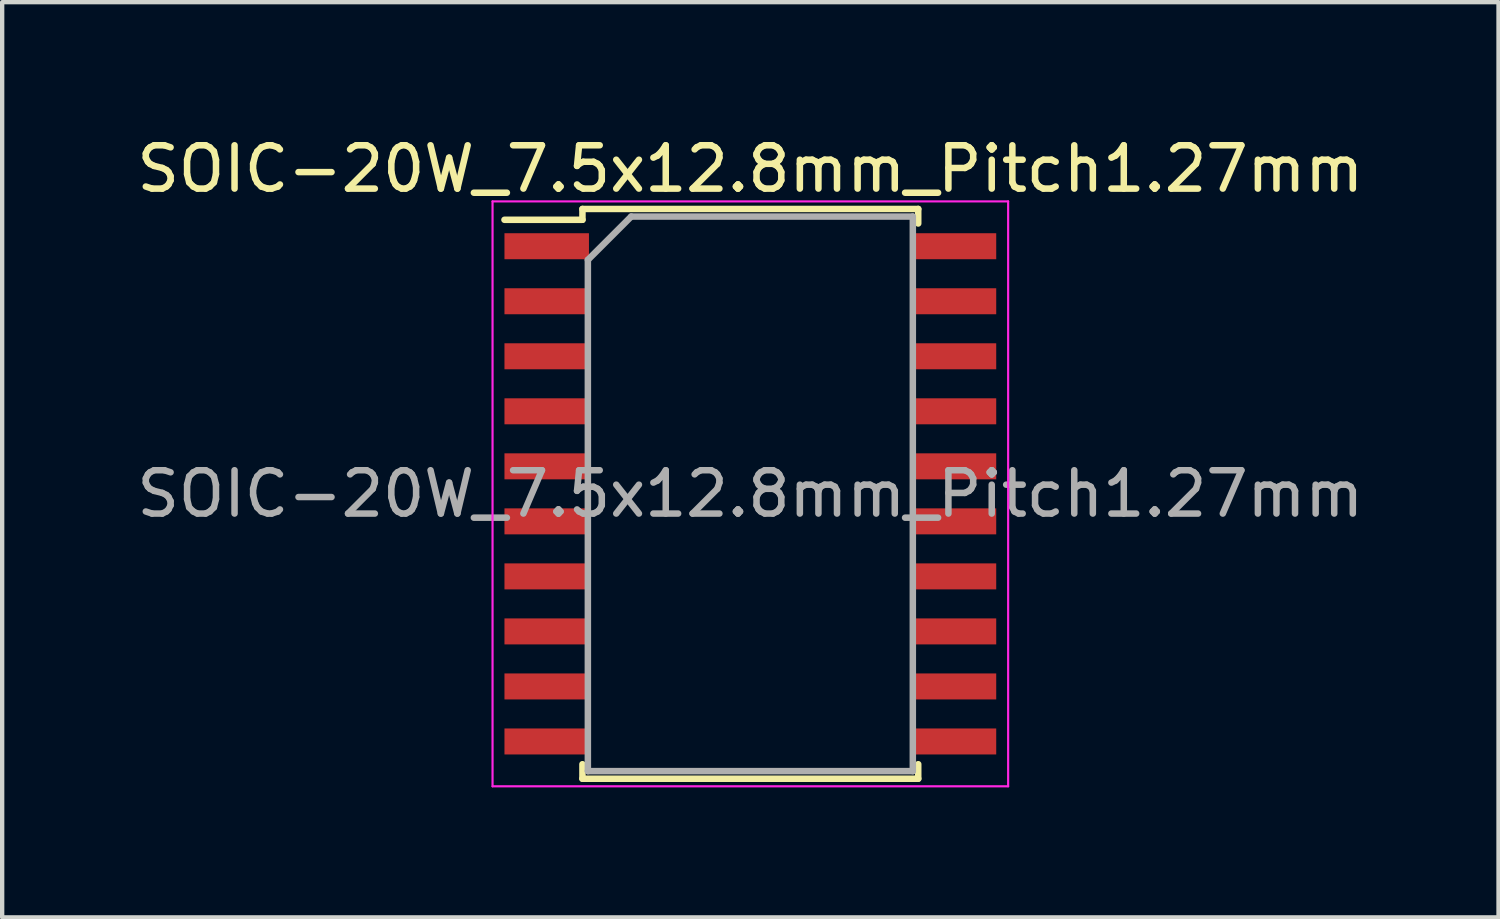
<source format=kicad_pcb>
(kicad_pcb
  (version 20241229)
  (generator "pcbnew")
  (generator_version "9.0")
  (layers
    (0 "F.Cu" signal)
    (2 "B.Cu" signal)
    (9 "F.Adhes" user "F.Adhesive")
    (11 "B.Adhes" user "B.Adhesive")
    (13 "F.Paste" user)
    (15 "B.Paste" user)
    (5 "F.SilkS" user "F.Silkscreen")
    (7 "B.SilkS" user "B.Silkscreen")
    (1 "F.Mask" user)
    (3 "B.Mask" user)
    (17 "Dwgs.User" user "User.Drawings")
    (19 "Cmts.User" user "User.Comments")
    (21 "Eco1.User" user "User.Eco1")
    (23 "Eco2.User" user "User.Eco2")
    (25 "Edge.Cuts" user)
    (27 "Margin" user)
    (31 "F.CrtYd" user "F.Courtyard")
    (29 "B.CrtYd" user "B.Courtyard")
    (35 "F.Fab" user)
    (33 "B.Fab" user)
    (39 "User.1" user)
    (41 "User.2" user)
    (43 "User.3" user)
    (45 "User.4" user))
  (footprint "SOIC-20W_7.5x12.8mm_Pitch1.27mm"
    (layer "F.Cu")
    (at 14.268 8.348)
    (property "Reference" "SOIC-20W_7.5x12.8mm_Pitch1.27mm" (at 0 -7.5 0) (layer "F.SilkS") (effects (font (size 1 1) (thickness 0.15))))
    (attr smd)
    (fp_line (start -3.875 -6.575) (end -3.875 -6.325) (stroke (width 0.15) (type solid)) (layer "F.SilkS"))
    (fp_line (start -3.875 -6.575) (end 3.875 -6.575) (stroke (width 0.15) (type solid)) (layer "F.SilkS"))
    (fp_line (start -3.875 -6.325) (end -5.675 -6.325) (stroke (width 0.15) (type solid)) (layer "F.SilkS"))
    (fp_line (start -3.875 6.575) (end -3.875 6.24) (stroke (width 0.15) (type solid)) (layer "F.SilkS"))
    (fp_line (start -3.875 6.575) (end 3.875 6.575) (stroke (width 0.15) (type solid)) (layer "F.SilkS"))
    (fp_line (start 3.875 -6.575) (end 3.875 -6.24) (stroke (width 0.15) (type solid)) (layer "F.SilkS"))
    (fp_line (start 3.875 6.575) (end 3.875 6.24) (stroke (width 0.15) (type solid)) (layer "F.SilkS"))
    (fp_line (start -5.95 -6.75) (end -5.95 6.75) (stroke (width 0.05) (type solid)) (layer "F.CrtYd"))
    (fp_line (start -5.95 -6.75) (end 5.95 -6.75) (stroke (width 0.05) (type solid)) (layer "F.CrtYd"))
    (fp_line (start -5.95 6.75) (end 5.95 6.75) (stroke (width 0.05) (type solid)) (layer "F.CrtYd"))
    (fp_line (start 5.95 -6.75) (end 5.95 6.75) (stroke (width 0.05) (type solid)) (layer "F.CrtYd"))
    (fp_line (start -3.75 -5.4) (end -2.75 -6.4) (stroke (width 0.15) (type solid)) (layer "F.Fab"))
    (fp_line (start -3.75 6.4) (end -3.75 -5.4) (stroke (width 0.15) (type solid)) (layer "F.Fab"))
    (fp_line (start -2.75 -6.4) (end 3.75 -6.4) (stroke (width 0.15) (type solid)) (layer "F.Fab"))
    (fp_line (start 3.75 -6.4) (end 3.75 6.4) (stroke (width 0.15) (type solid)) (layer "F.Fab"))
    (fp_line (start 3.75 6.4) (end -3.75 6.4) (stroke (width 0.15) (type solid)) (layer "F.Fab"))
    (fp_text user "${REFERENCE}" (at 0 0 0) (layer "F.Fab") (effects (font (size 1 1) (thickness 0.15))))
    (pad "1" smd rect (at -4.7 -5.715) (size 1.95 0.6) (layers "F.Cu" "F.Mask" "F.Paste"))
    (pad "2" smd rect (at -4.7 -4.445) (size 1.95 0.6) (layers "F.Cu" "F.Mask" "F.Paste"))
    (pad "3" smd rect (at -4.7 -3.175) (size 1.95 0.6) (layers "F.Cu" "F.Mask" "F.Paste"))
    (pad "4" smd rect (at -4.7 -1.905) (size 1.95 0.6) (layers "F.Cu" "F.Mask" "F.Paste"))
    (pad "5" smd rect (at -4.7 -0.635) (size 1.95 0.6) (layers "F.Cu" "F.Mask" "F.Paste"))
    (pad "6" smd rect (at -4.7 0.635) (size 1.95 0.6) (layers "F.Cu" "F.Mask" "F.Paste"))
    (pad "7" smd rect (at -4.7 1.905) (size 1.95 0.6) (layers "F.Cu" "F.Mask" "F.Paste"))
    (pad "8" smd rect (at -4.7 3.175) (size 1.95 0.6) (layers "F.Cu" "F.Mask" "F.Paste"))
    (pad "9" smd rect (at -4.7 4.445) (size 1.95 0.6) (layers "F.Cu" "F.Mask" "F.Paste"))
    (pad "10" smd rect (at -4.7 5.715) (size 1.95 0.6) (layers "F.Cu" "F.Mask" "F.Paste"))
    (pad "11" smd rect (at 4.7 5.715) (size 1.95 0.6) (layers "F.Cu" "F.Mask" "F.Paste"))
    (pad "12" smd rect (at 4.7 4.445) (size 1.95 0.6) (layers "F.Cu" "F.Mask" "F.Paste"))
    (pad "13" smd rect (at 4.7 3.175) (size 1.95 0.6) (layers "F.Cu" "F.Mask" "F.Paste"))
    (pad "14" smd rect (at 4.7 1.905) (size 1.95 0.6) (layers "F.Cu" "F.Mask" "F.Paste"))
    (pad "15" smd rect (at 4.7 0.635) (size 1.95 0.6) (layers "F.Cu" "F.Mask" "F.Paste"))
    (pad "16" smd rect (at 4.7 -0.635) (size 1.95 0.6) (layers "F.Cu" "F.Mask" "F.Paste"))
    (pad "17" smd rect (at 4.7 -1.905) (size 1.95 0.6) (layers "F.Cu" "F.Mask" "F.Paste"))
    (pad "18" smd rect (at 4.7 -3.175) (size 1.95 0.6) (layers "F.Cu" "F.Mask" "F.Paste"))
    (pad "19" smd rect (at 4.7 -4.445) (size 1.95 0.6) (layers "F.Cu" "F.Mask" "F.Paste"))
    (pad "20" smd rect (at 4.7 -5.715) (size 1.95 0.6) (layers "F.Cu" "F.Mask" "F.Paste")))
  (gr_rect
    (start -3 -3)
    (end 31.536 18.123)
    (stroke (width 0.1) (type default))
    (fill no)
    (layer "Edge.Cuts")))
</source>
